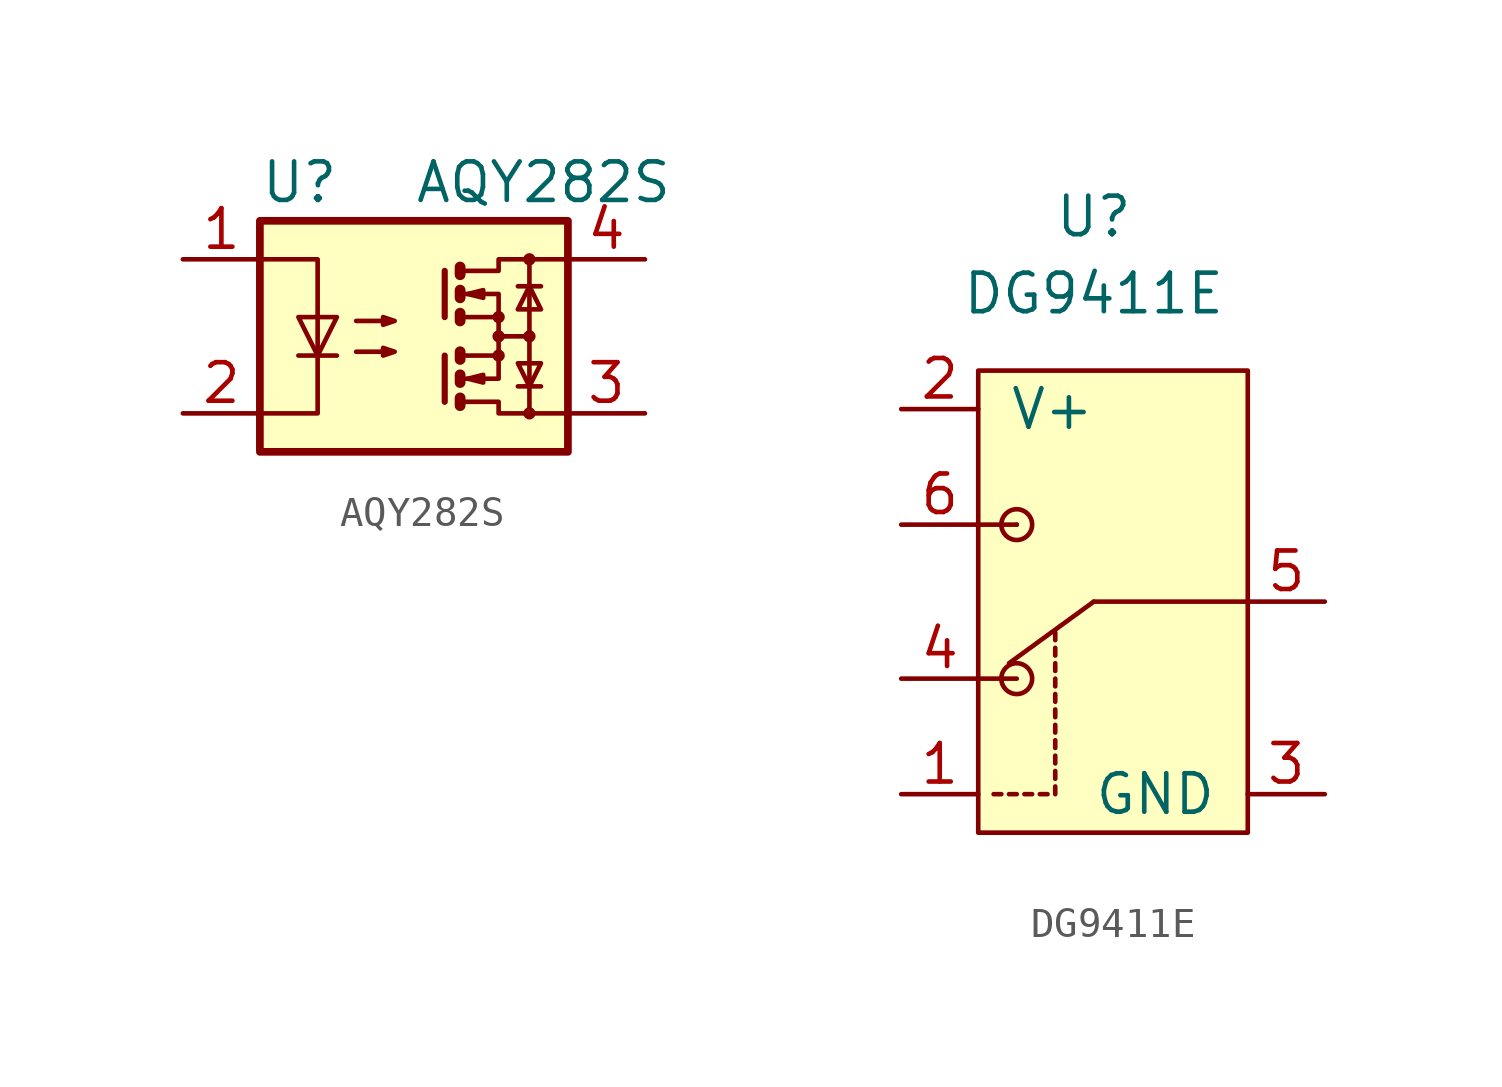
<source format=kicad_sym>
(kicad_symbol_lib
  (version 20211014)
  (generator kicad_symbol_editor)
  (symbol "AQY282S"
    (property "Reference" "U"
      (at -5.08 5.08 0)
      (effects (font (size 1.27 1.27)) (justify left)))
    (property "Value" "AQY282S"
      (at 0 5.08 0)
      (effects (font (size 1.27 1.27)) (justify left)))
    (symbol "AQY282S_0_1"
      (rectangle (start -5.08 3.81) (end 5.08 -3.81) (stroke (width 0.254) (type default) (color 0 0 0 0)) (fill (type background)))
      (polyline (pts (xy -3.81 -0.635) (xy -2.54 -0.635)) (stroke (width 0) (type default) (color 0 0 0 0)) (fill (type none)))
      (polyline (pts (xy 1.016 -0.635) (xy 1.016 -2.159)) (stroke (width 0.203) (type default) (color 0 0 0 0)) (fill (type none)))
      (polyline (pts (xy 1.016 2.159) (xy 1.016 0.635)) (stroke (width 0.203) (type default) (color 0 0 0 0)) (fill (type none)))
      (polyline (pts (xy 1.524 -0.508) (xy 1.524 -0.762)) (stroke (width 0.356) (type default) (color 0 0 0 0)) (fill (type none)))
      (polyline (pts (xy 2.794 0) (xy 3.81 0)) (stroke (width 0) (type default) (color 0 0 0 0)) (fill (type none)))
      (polyline (pts (xy 3.429 -1.651) (xy 4.191 -1.651)) (stroke (width 0) (type default) (color 0 0 0 0)) (fill (type none)))
      (polyline (pts (xy 3.429 1.651) (xy 4.191 1.651)) (stroke (width 0) (type default) (color 0 0 0 0)) (fill (type none)))
      (polyline (pts (xy 3.81 -2.54) (xy 3.81 2.54)) (stroke (width 0) (type default) (color 0 0 0 0)) (fill (type none)))
      (polyline (pts (xy 1.524 -2.032) (xy 1.524 -2.286) (xy 1.524 -2.286)) (stroke (width 0.356) (type default) (color 0 0 0 0)) (fill (type none)))
      (polyline (pts (xy 1.524 -1.27) (xy 1.524 -1.524) (xy 1.524 -1.524)) (stroke (width 0.356) (type default) (color 0 0 0 0)) (fill (type none)))
      (polyline (pts (xy 1.524 0.762) (xy 1.524 0.508) (xy 1.524 0.508)) (stroke (width 0.356) (type default) (color 0 0 0 0)) (fill (type none)))
      (polyline (pts (xy 1.524 1.524) (xy 1.524 1.27) (xy 1.524 1.27)) (stroke (width 0.356) (type default) (color 0 0 0 0)) (fill (type none)))
      (polyline (pts (xy 1.524 2.286) (xy 1.524 2.032) (xy 1.524 2.032)) (stroke (width 0.356) (type default) (color 0 0 0 0)) (fill (type none)))
      (polyline (pts (xy 1.651 -1.397) (xy 2.794 -1.397) (xy 2.794 -0.635)) (stroke (width 0) (type default) (color 0 0 0 0)) (fill (type none)))
      (polyline (pts (xy 1.651 1.397) (xy 2.794 1.397) (xy 2.794 0.635)) (stroke (width 0) (type default) (color 0 0 0 0)) (fill (type none)))
      (polyline (pts (xy -5.08 2.54) (xy -3.175 2.54) (xy -3.175 -2.54) (xy -5.08 -2.54)) (stroke (width 0) (type default) (color 0 0 0 0)) (fill (type none)))
      (polyline (pts (xy -3.175 -0.635) (xy -3.81 0.635) (xy -2.54 0.635) (xy -3.175 -0.635)) (stroke (width 0) (type default) (color 0 0 0 0)) (fill (type none)))
      (polyline (pts (xy 1.651 -2.159) (xy 2.794 -2.159) (xy 2.794 -2.54) (xy 5.08 -2.54)) (stroke (width 0) (type default) (color 0 0 0 0)) (fill (type none)))
      (polyline (pts (xy 1.651 -0.635) (xy 2.794 -0.635) (xy 2.794 0.635) (xy 1.651 0.635)) (stroke (width 0) (type default) (color 0 0 0 0)) (fill (type none)))
      (polyline (pts (xy 1.651 2.159) (xy 2.794 2.159) (xy 2.794 2.54) (xy 5.08 2.54)) (stroke (width 0) (type default) (color 0 0 0 0)) (fill (type none)))
      (polyline (pts (xy 1.778 -1.397) (xy 2.286 -1.27) (xy 2.286 -1.524) (xy 1.778 -1.397)) (stroke (width 0) (type default) (color 0 0 0 0)) (fill (type none)))
      (polyline (pts (xy 1.778 1.397) (xy 2.286 1.524) (xy 2.286 1.27) (xy 1.778 1.397)) (stroke (width 0) (type default) (color 0 0 0 0)) (fill (type none)))
      (polyline (pts (xy 3.81 -1.651) (xy 3.429 -0.889) (xy 4.191 -0.889) (xy 3.81 -1.651)) (stroke (width 0) (type default) (color 0 0 0 0)) (fill (type none)))
      (polyline (pts (xy 3.81 1.651) (xy 3.429 0.889) (xy 4.191 0.889) (xy 3.81 1.651)) (stroke (width 0) (type default) (color 0 0 0 0)) (fill (type none)))
      (polyline (pts (xy -1.905 -0.508) (xy -0.635 -0.508) (xy -1.016 -0.635) (xy -1.016 -0.381) (xy -0.635 -0.508)) (stroke (width 0) (type default) (color 0 0 0 0)) (fill (type none)))
      (polyline (pts (xy -1.905 0.508) (xy -0.635 0.508) (xy -1.016 0.381) (xy -1.016 0.635) (xy -0.635 0.508)) (stroke (width 0) (type default) (color 0 0 0 0)) (fill (type none)))
      (circle (center 2.794 -0.635) (radius 0.127) (stroke (width 0) (type default) (color 0 0 0 0)) (fill (type none)))
      (circle (center 2.794 0) (radius 0.127) (stroke (width 0) (type default) (color 0 0 0 0)) (fill (type none)))
      (circle (center 2.794 0.635) (radius 0.127) (stroke (width 0) (type default) (color 0 0 0 0)) (fill (type none)))
      (circle (center 3.81 -2.54) (radius 0.127) (stroke (width 0) (type default) (color 0 0 0 0)) (fill (type none)))
      (circle (center 3.81 0) (radius 0.127) (stroke (width 0) (type default) (color 0 0 0 0)) (fill (type none)))
      (circle (center 3.81 2.54) (radius 0.127) (stroke (width 0) (type default) (color 0 0 0 0)) (fill (type none))))
    (symbol "AQY282S_1_1"
      (pin passive line (at -7.62 2.54 0) (length 2.54) (name "~" (effects (font (size 1.27 1.27)))) (number "1" (effects (font (size 1.27 1.27)))))
      (pin passive line (at -7.62 -2.54 0) (length 2.54) (name "~" (effects (font (size 1.27 1.27)))) (number "2" (effects (font (size 1.27 1.27)))))
      (pin passive line (at 7.62 -2.54 180) (length 2.54) (name "~" (effects (font (size 1.27 1.27)))) (number "3" (effects (font (size 1.27 1.27)))))
      (pin passive line (at 7.62 2.54 180) (length 2.54) (name "~" (effects (font (size 1.27 1.27)))) (number "4" (effects (font (size 1.27 1.27)))))))
  (symbol "DG9411E"
    (pin_names
      (offset 1.016))
    (property "Reference" "U"
      (at 0 12.7 0)
      (effects (font (size 1.27 1.27))))
    (property "Value" "DG9411E"
      (at 0 10.16 0)
      (effects (font (size 1.27 1.27))))
    (symbol "DG9411E_0_0"
      (pin input line (at -6.35 -6.35 0) (length 2.54) (name "~" (effects (font (size 1.27 1.27)))) (number "1" (effects (font (size 1.27 1.27)))))
      (pin power_in line (at -6.35 6.35 0) (length 2.54) (name "V+" (effects (font (size 1.27 1.27)))) (number "2" (effects (font (size 1.27 1.27)))))
      (pin power_in line (at 7.62 -6.35 180) (length 2.54) (name "GND" (effects (font (size 1.27 1.27)))) (number "3" (effects (font (size 1.27 1.27)))))
      (pin bidirectional line (at -6.35 -2.54 0) (length 2.54) (name "~" (effects (font (size 1.27 1.27)))) (number "4" (effects (font (size 1.27 1.27)))))
      (pin bidirectional line (at 7.62 0 180) (length 2.54) (name "~" (effects (font (size 1.27 1.27)))) (number "5" (effects (font (size 1.27 1.27)))))
      (pin bidirectional line (at -6.35 2.54 0) (length 2.54) (name "~" (effects (font (size 1.27 1.27)))) (number "6" (effects (font (size 1.27 1.27))))))
    (symbol "DG9411E_0_1"
      (rectangle (start -3.81 7.62) (end 5.08 -7.62) (stroke (width 0) (type default) (color 0 0 0 0)) (fill (type background)))
      (circle (center -2.54 -2.54) (radius 0.508) (stroke (width 0) (type default) (color 0 0 0 0)) (fill (type none)))
      (circle (center -2.54 2.54) (radius 0.508) (stroke (width 0) (type default) (color 0 0 0 0)) (fill (type none)))
      (polyline (pts (xy -3.81 -2.54) (xy -2.54 -2.54)) (stroke (width 0) (type default) (color 0 0 0 0)) (fill (type none)))
      (polyline (pts (xy -3.81 2.54) (xy -2.54 2.54)) (stroke (width 0) (type default) (color 0 0 0 0)) (fill (type none)))
      (polyline (pts (xy -3.048 -6.35) (xy -3.302 -6.35)) (stroke (width 0) (type default) (color 0 0 0 0)) (fill (type none)))
      (polyline (pts (xy -2.54 -6.35) (xy -2.794 -6.35)) (stroke (width 0) (type default) (color 0 0 0 0)) (fill (type none)))
      (polyline (pts (xy -2.54 2.54) (xy -2.54 2.54)) (stroke (width 0) (type default) (color 0 0 0 0)) (fill (type none)))
      (polyline (pts (xy -2.032 -6.35) (xy -2.286 -6.35)) (stroke (width 0) (type default) (color 0 0 0 0)) (fill (type none)))
      (polyline (pts (xy -1.524 -6.35) (xy -1.778 -6.35)) (stroke (width 0) (type default) (color 0 0 0 0)) (fill (type none)))
      (polyline (pts (xy -1.27 -6.096) (xy -1.27 -6.35)) (stroke (width 0) (type default) (color 0 0 0 0)) (fill (type none)))
      (polyline (pts (xy -1.27 -5.588) (xy -1.27 -5.842)) (stroke (width 0) (type default) (color 0 0 0 0)) (fill (type none)))
      (polyline (pts (xy -1.27 -5.08) (xy -1.27 -5.334)) (stroke (width 0) (type default) (color 0 0 0 0)) (fill (type none)))
      (polyline (pts (xy -1.27 -4.572) (xy -1.27 -4.826)) (stroke (width 0) (type default) (color 0 0 0 0)) (fill (type none)))
      (polyline (pts (xy -1.27 -4.064) (xy -1.27 -4.318)) (stroke (width 0) (type default) (color 0 0 0 0)) (fill (type none)))
      (polyline (pts (xy -1.27 -3.556) (xy -1.27 -3.81)) (stroke (width 0) (type default) (color 0 0 0 0)) (fill (type none)))
      (polyline (pts (xy -1.27 -3.048) (xy -1.27 -3.302)) (stroke (width 0) (type default) (color 0 0 0 0)) (fill (type none)))
      (polyline (pts (xy -1.27 -2.54) (xy -1.27 -2.794)) (stroke (width 0) (type default) (color 0 0 0 0)) (fill (type none)))
      (polyline (pts (xy -1.27 -2.032) (xy -1.27 -2.286)) (stroke (width 0) (type default) (color 0 0 0 0)) (fill (type none)))
      (polyline (pts (xy -1.27 -1.524) (xy -1.27 -1.778)) (stroke (width 0) (type default) (color 0 0 0 0)) (fill (type none)))
      (polyline (pts (xy -1.27 -1.016) (xy -1.27 -1.27)) (stroke (width 0) (type default) (color 0 0 0 0)) (fill (type none)))
      (polyline (pts (xy 0 0) (xy -2.794 -2.032)) (stroke (width 0) (type default) (color 0 0 0 0)) (fill (type none)))
      (polyline (pts (xy 0 0) (xy 5.08 0)) (stroke (width 0) (type default) (color 0 0 0 0)) (fill (type none))))))
</source>
